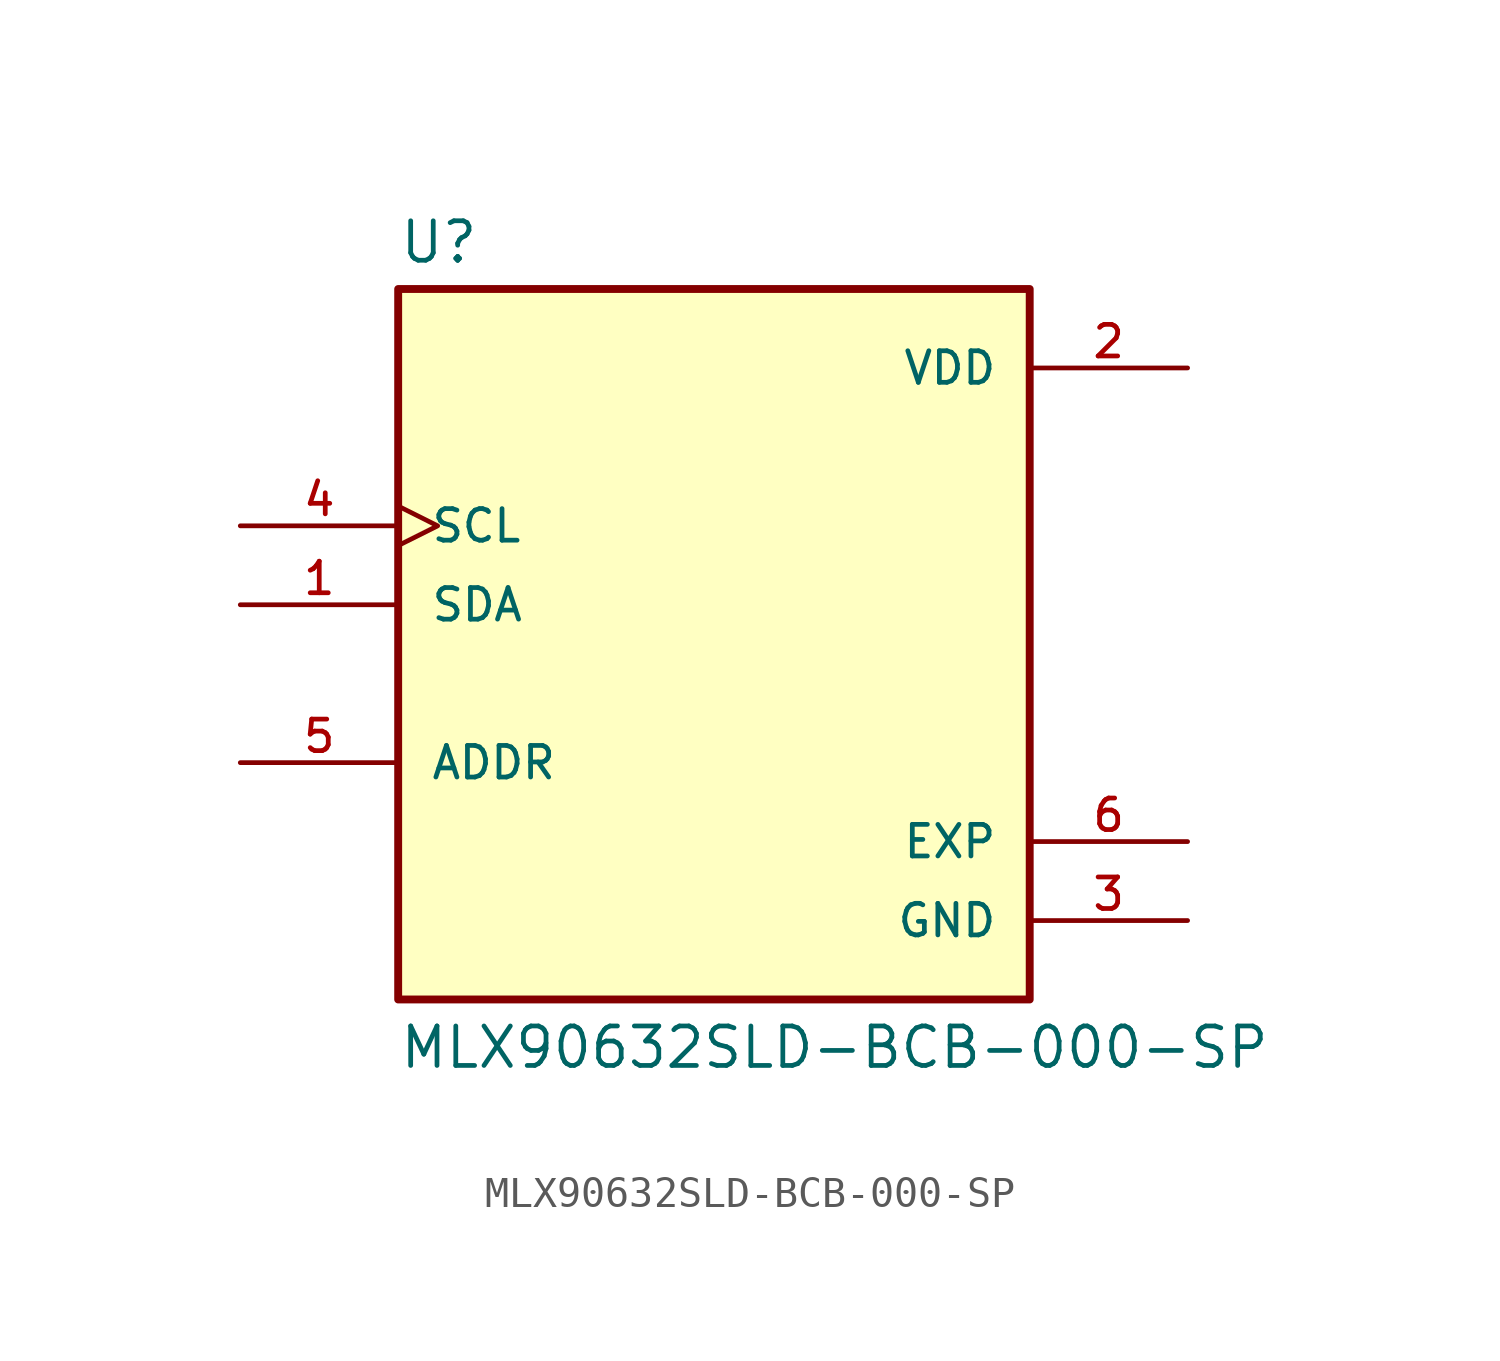
<source format=kicad_sym>
(kicad_symbol_lib
  (version 20211014)
  (generator kicad_symbol_editor)
  (symbol "MLX90632SLD-BCB-000-SP"
    (pin_names
      (offset 1.016))
    (property "Reference" "U"
      (at -10.16 10.922 0)
      (effects (font (size 1.27 1.27)) (justify bottom left)))
    (property "Value" "MLX90632SLD-BCB-000-SP"
      (at -10.16 -14.986 0)
      (effects (font (size 1.27 1.27)) (justify bottom left)))
    (symbol "MLX90632SLD-BCB-000-SP_0_0"
      (rectangle (start -10.16 -12.7) (end 10.16 10.16) (stroke (width 0.254)) (fill (type background)))
      (pin input line (at -15.24 0.0 0) (length 5.08) (name "SDA" (effects (font (size 1.016 1.016)))) (number "1" (effects (font (size 1.016 1.016)))))
      (pin power_in line (at 15.24 7.62 180.0) (length 5.08) (name "VDD" (effects (font (size 1.016 1.016)))) (number "2" (effects (font (size 1.016 1.016)))))
      (pin power_in line (at 15.24 -10.16 180.0) (length 5.08) (name "GND" (effects (font (size 1.016 1.016)))) (number "3" (effects (font (size 1.016 1.016)))))
      (pin input clock (at -15.24 2.54 0) (length 5.08) (name "SCL" (effects (font (size 1.016 1.016)))) (number "4" (effects (font (size 1.016 1.016)))))
      (pin input line (at -15.24 -5.08 0) (length 5.08) (name "ADDR" (effects (font (size 1.016 1.016)))) (number "5" (effects (font (size 1.016 1.016)))))
      (pin power_in line (at 15.24 -7.62 180.0) (length 5.08) (name "EXP" (effects (font (size 1.016 1.016)))) (number "6" (effects (font (size 1.016 1.016))))))))
</source>
